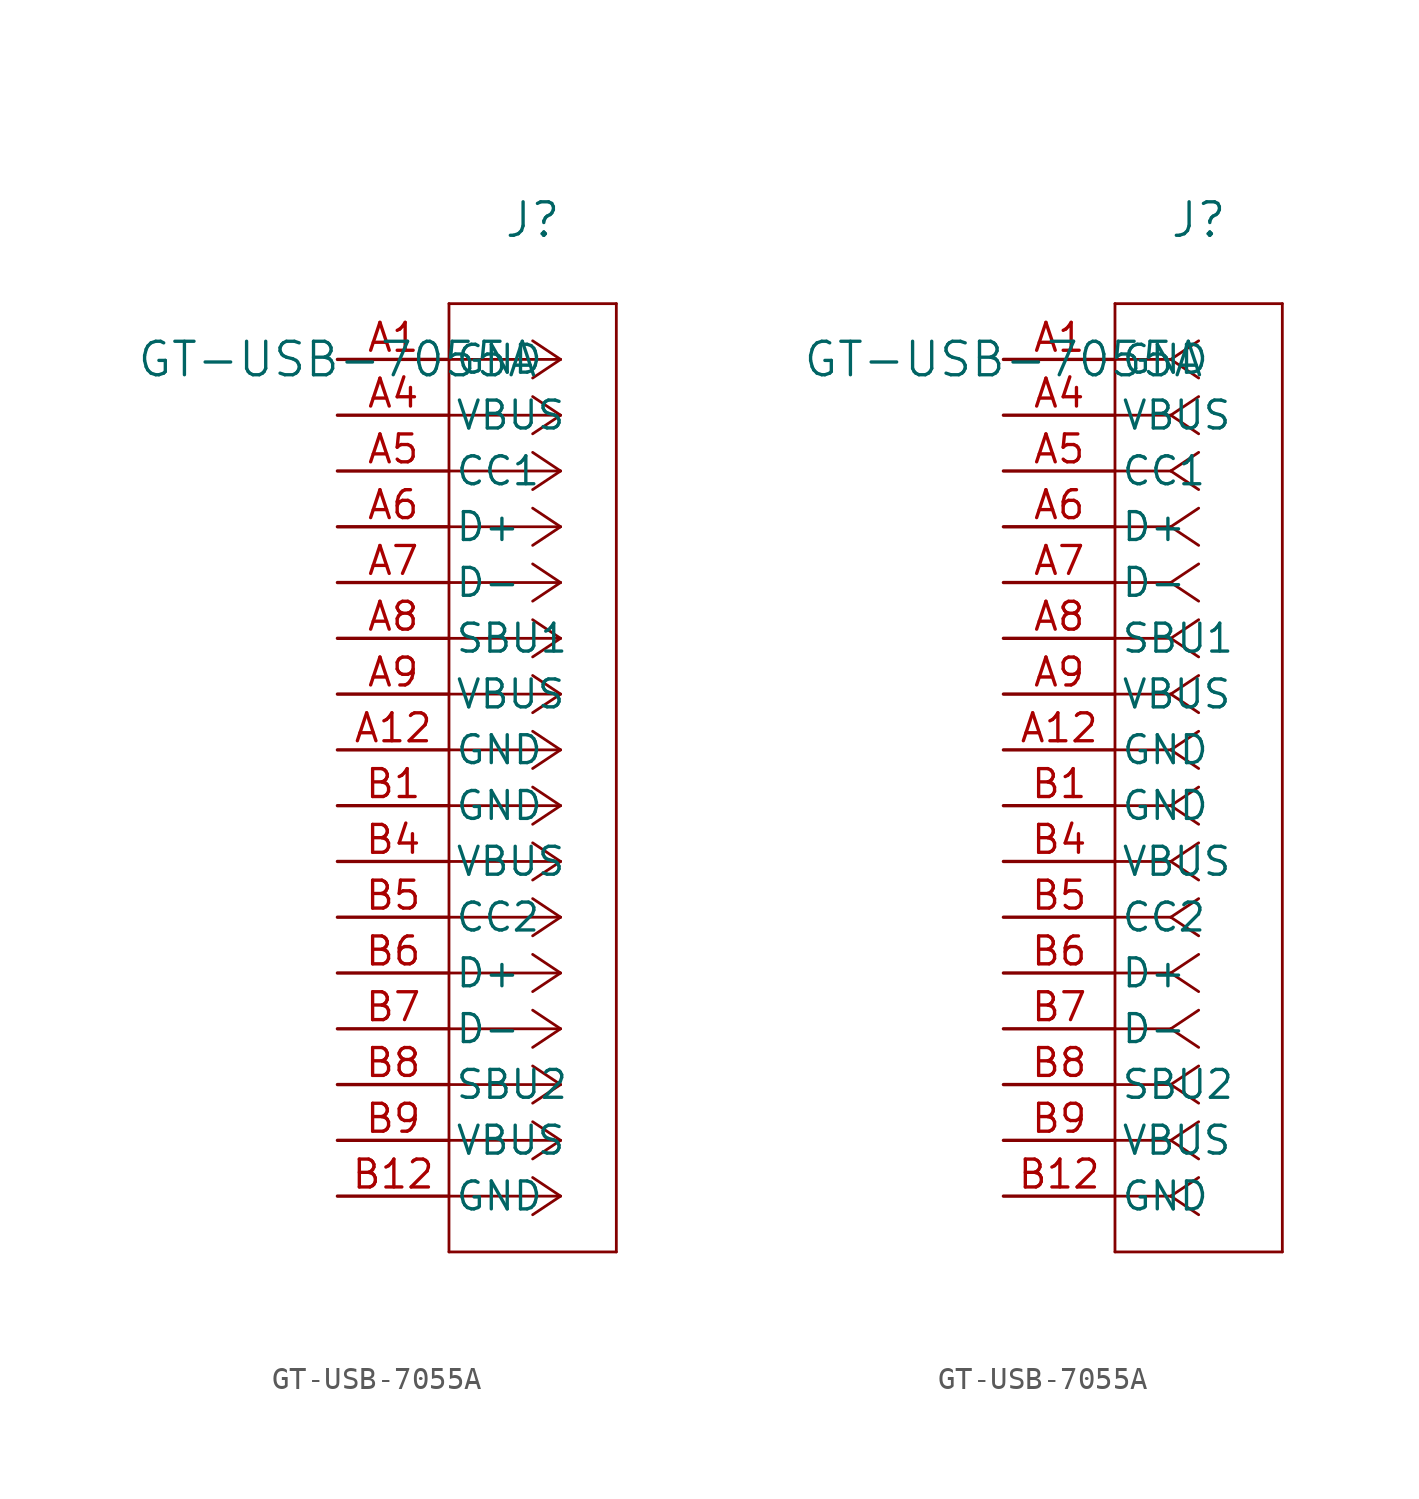
<source format=kicad_sym>
(kicad_symbol_lib
  (version 20211014)
  (generator kicad_symbol_editor)
  (symbol "GT-USB-7055A"
    (pin_names
      (offset 0.254))
    (property "Reference" "J"
      (at 8.89 6.35 0)
      (effects (font (size 1.524 1.524))))
    (property "Value" "GT-USB-7055A"
      (at 0 0 0)
      (effects (font (size 1.524 1.524))))
    (symbol "GT-USB-7055A_1_1"
      (polyline (pts (xy 10.16 0) (xy 5.08 0)) (stroke (width 0.127) (type default) (color 0 0 0 0)) (fill (type none)))
      (polyline (pts (xy 10.16 -2.54) (xy 5.08 -2.54)) (stroke (width 0.127) (type default) (color 0 0 0 0)) (fill (type none)))
      (polyline (pts (xy 10.16 -5.08) (xy 5.08 -5.08)) (stroke (width 0.127) (type default) (color 0 0 0 0)) (fill (type none)))
      (polyline (pts (xy 10.16 -7.62) (xy 5.08 -7.62)) (stroke (width 0.127) (type default) (color 0 0 0 0)) (fill (type none)))
      (polyline (pts (xy 10.16 -10.16) (xy 5.08 -10.16)) (stroke (width 0.127) (type default) (color 0 0 0 0)) (fill (type none)))
      (polyline (pts (xy 10.16 -12.7) (xy 5.08 -12.7)) (stroke (width 0.127) (type default) (color 0 0 0 0)) (fill (type none)))
      (polyline (pts (xy 10.16 -15.24) (xy 5.08 -15.24)) (stroke (width 0.127) (type default) (color 0 0 0 0)) (fill (type none)))
      (polyline (pts (xy 10.16 -17.78) (xy 5.08 -17.78)) (stroke (width 0.127) (type default) (color 0 0 0 0)) (fill (type none)))
      (polyline (pts (xy 10.16 -20.32) (xy 5.08 -20.32)) (stroke (width 0.127) (type default) (color 0 0 0 0)) (fill (type none)))
      (polyline (pts (xy 10.16 -22.86) (xy 5.08 -22.86)) (stroke (width 0.127) (type default) (color 0 0 0 0)) (fill (type none)))
      (polyline (pts (xy 10.16 -25.4) (xy 5.08 -25.4)) (stroke (width 0.127) (type default) (color 0 0 0 0)) (fill (type none)))
      (polyline (pts (xy 10.16 -27.94) (xy 5.08 -27.94)) (stroke (width 0.127) (type default) (color 0 0 0 0)) (fill (type none)))
      (polyline (pts (xy 10.16 -30.48) (xy 5.08 -30.48)) (stroke (width 0.127) (type default) (color 0 0 0 0)) (fill (type none)))
      (polyline (pts (xy 10.16 -33.02) (xy 5.08 -33.02)) (stroke (width 0.127) (type default) (color 0 0 0 0)) (fill (type none)))
      (polyline (pts (xy 10.16 -35.56) (xy 5.08 -35.56)) (stroke (width 0.127) (type default) (color 0 0 0 0)) (fill (type none)))
      (polyline (pts (xy 10.16 -38.1) (xy 5.08 -38.1)) (stroke (width 0.127) (type default) (color 0 0 0 0)) (fill (type none)))
      (polyline (pts (xy 10.16 0) (xy 8.89 0.847)) (stroke (width 0.127) (type default) (color 0 0 0 0)) (fill (type none)))
      (polyline (pts (xy 10.16 -2.54) (xy 8.89 -1.693)) (stroke (width 0.127) (type default) (color 0 0 0 0)) (fill (type none)))
      (polyline (pts (xy 10.16 -5.08) (xy 8.89 -4.233)) (stroke (width 0.127) (type default) (color 0 0 0 0)) (fill (type none)))
      (polyline (pts (xy 10.16 -7.62) (xy 8.89 -6.773)) (stroke (width 0.127) (type default) (color 0 0 0 0)) (fill (type none)))
      (polyline (pts (xy 10.16 -10.16) (xy 8.89 -9.313)) (stroke (width 0.127) (type default) (color 0 0 0 0)) (fill (type none)))
      (polyline (pts (xy 10.16 -12.7) (xy 8.89 -11.853)) (stroke (width 0.127) (type default) (color 0 0 0 0)) (fill (type none)))
      (polyline (pts (xy 10.16 -15.24) (xy 8.89 -14.393)) (stroke (width 0.127) (type default) (color 0 0 0 0)) (fill (type none)))
      (polyline (pts (xy 10.16 -17.78) (xy 8.89 -16.933)) (stroke (width 0.127) (type default) (color 0 0 0 0)) (fill (type none)))
      (polyline (pts (xy 10.16 -20.32) (xy 8.89 -19.473)) (stroke (width 0.127) (type default) (color 0 0 0 0)) (fill (type none)))
      (polyline (pts (xy 10.16 -22.86) (xy 8.89 -22.013)) (stroke (width 0.127) (type default) (color 0 0 0 0)) (fill (type none)))
      (polyline (pts (xy 10.16 -25.4) (xy 8.89 -24.553)) (stroke (width 0.127) (type default) (color 0 0 0 0)) (fill (type none)))
      (polyline (pts (xy 10.16 -27.94) (xy 8.89 -27.093)) (stroke (width 0.127) (type default) (color 0 0 0 0)) (fill (type none)))
      (polyline (pts (xy 10.16 -30.48) (xy 8.89 -29.633)) (stroke (width 0.127) (type default) (color 0 0 0 0)) (fill (type none)))
      (polyline (pts (xy 10.16 -33.02) (xy 8.89 -32.173)) (stroke (width 0.127) (type default) (color 0 0 0 0)) (fill (type none)))
      (polyline (pts (xy 10.16 -35.56) (xy 8.89 -34.713)) (stroke (width 0.127) (type default) (color 0 0 0 0)) (fill (type none)))
      (polyline (pts (xy 10.16 -38.1) (xy 8.89 -37.253)) (stroke (width 0.127) (type default) (color 0 0 0 0)) (fill (type none)))
      (polyline (pts (xy 10.16 0) (xy 8.89 -0.847)) (stroke (width 0.127) (type default) (color 0 0 0 0)) (fill (type none)))
      (polyline (pts (xy 10.16 -2.54) (xy 8.89 -3.387)) (stroke (width 0.127) (type default) (color 0 0 0 0)) (fill (type none)))
      (polyline (pts (xy 10.16 -5.08) (xy 8.89 -5.927)) (stroke (width 0.127) (type default) (color 0 0 0 0)) (fill (type none)))
      (polyline (pts (xy 10.16 -7.62) (xy 8.89 -8.467)) (stroke (width 0.127) (type default) (color 0 0 0 0)) (fill (type none)))
      (polyline (pts (xy 10.16 -10.16) (xy 8.89 -11.007)) (stroke (width 0.127) (type default) (color 0 0 0 0)) (fill (type none)))
      (polyline (pts (xy 10.16 -12.7) (xy 8.89 -13.547)) (stroke (width 0.127) (type default) (color 0 0 0 0)) (fill (type none)))
      (polyline (pts (xy 10.16 -15.24) (xy 8.89 -16.087)) (stroke (width 0.127) (type default) (color 0 0 0 0)) (fill (type none)))
      (polyline (pts (xy 10.16 -17.78) (xy 8.89 -18.627)) (stroke (width 0.127) (type default) (color 0 0 0 0)) (fill (type none)))
      (polyline (pts (xy 10.16 -20.32) (xy 8.89 -21.167)) (stroke (width 0.127) (type default) (color 0 0 0 0)) (fill (type none)))
      (polyline (pts (xy 10.16 -22.86) (xy 8.89 -23.707)) (stroke (width 0.127) (type default) (color 0 0 0 0)) (fill (type none)))
      (polyline (pts (xy 10.16 -25.4) (xy 8.89 -26.247)) (stroke (width 0.127) (type default) (color 0 0 0 0)) (fill (type none)))
      (polyline (pts (xy 10.16 -27.94) (xy 8.89 -28.787)) (stroke (width 0.127) (type default) (color 0 0 0 0)) (fill (type none)))
      (polyline (pts (xy 10.16 -30.48) (xy 8.89 -31.327)) (stroke (width 0.127) (type default) (color 0 0 0 0)) (fill (type none)))
      (polyline (pts (xy 10.16 -33.02) (xy 8.89 -33.867)) (stroke (width 0.127) (type default) (color 0 0 0 0)) (fill (type none)))
      (polyline (pts (xy 10.16 -35.56) (xy 8.89 -36.407)) (stroke (width 0.127) (type default) (color 0 0 0 0)) (fill (type none)))
      (polyline (pts (xy 10.16 -38.1) (xy 8.89 -38.947)) (stroke (width 0.127) (type default) (color 0 0 0 0)) (fill (type none)))
      (polyline (pts (xy 5.08 2.54) (xy 5.08 -40.64)) (stroke (width 0.127) (type default) (color 0 0 0 0)) (fill (type none)))
      (polyline (pts (xy 5.08 -40.64) (xy 12.7 -40.64)) (stroke (width 0.127) (type default) (color 0 0 0 0)) (fill (type none)))
      (polyline (pts (xy 12.7 -40.64) (xy 12.7 2.54)) (stroke (width 0.127) (type default) (color 0 0 0 0)) (fill (type none)))
      (polyline (pts (xy 12.7 2.54) (xy 5.08 2.54)) (stroke (width 0.127) (type default) (color 0 0 0 0)) (fill (type none)))
      (pin power_out line (at 0 0 0) (length 5.08) (name "GND" (effects (font (size 1.27 1.27)))) (number "A1" (effects (font (size 1.27 1.27)))))
      (pin unspecified line (at 0 -2.54 0) (length 5.08) (name "VBUS" (effects (font (size 1.27 1.27)))) (number "A4" (effects (font (size 1.27 1.27)))))
      (pin unspecified line (at 0 -5.08 0) (length 5.08) (name "CC1" (effects (font (size 1.27 1.27)))) (number "A5" (effects (font (size 1.27 1.27)))))
      (pin unspecified line (at 0 -7.62 0) (length 5.08) (name "D+" (effects (font (size 1.27 1.27)))) (number "A6" (effects (font (size 1.27 1.27)))))
      (pin unspecified line (at 0 -10.16 0) (length 5.08) (name "D-" (effects (font (size 1.27 1.27)))) (number "A7" (effects (font (size 1.27 1.27)))))
      (pin unspecified line (at 0 -12.7 0) (length 5.08) (name "SBU1" (effects (font (size 1.27 1.27)))) (number "A8" (effects (font (size 1.27 1.27)))))
      (pin unspecified line (at 0 -15.24 0) (length 5.08) (name "VBUS" (effects (font (size 1.27 1.27)))) (number "A9" (effects (font (size 1.27 1.27)))))
      (pin power_out line (at 0 -17.78 0) (length 5.08) (name "GND" (effects (font (size 1.27 1.27)))) (number "A12" (effects (font (size 1.27 1.27)))))
      (pin power_out line (at 0 -20.32 0) (length 5.08) (name "GND" (effects (font (size 1.27 1.27)))) (number "B1" (effects (font (size 1.27 1.27)))))
      (pin unspecified line (at 0 -22.86 0) (length 5.08) (name "VBUS" (effects (font (size 1.27 1.27)))) (number "B4" (effects (font (size 1.27 1.27)))))
      (pin unspecified line (at 0 -25.4 0) (length 5.08) (name "CC2" (effects (font (size 1.27 1.27)))) (number "B5" (effects (font (size 1.27 1.27)))))
      (pin unspecified line (at 0 -27.94 0) (length 5.08) (name "D+" (effects (font (size 1.27 1.27)))) (number "B6" (effects (font (size 1.27 1.27)))))
      (pin unspecified line (at 0 -30.48 0) (length 5.08) (name "D-" (effects (font (size 1.27 1.27)))) (number "B7" (effects (font (size 1.27 1.27)))))
      (pin unspecified line (at 0 -33.02 0) (length 5.08) (name "SBU2" (effects (font (size 1.27 1.27)))) (number "B8" (effects (font (size 1.27 1.27)))))
      (pin unspecified line (at 0 -35.56 0) (length 5.08) (name "VBUS" (effects (font (size 1.27 1.27)))) (number "B9" (effects (font (size 1.27 1.27)))))
      (pin power_out line (at 0 -38.1 0) (length 5.08) (name "GND" (effects (font (size 1.27 1.27)))) (number "B12" (effects (font (size 1.27 1.27))))))
    (symbol "GT-USB-7055A_1_2"
      (polyline (pts (xy 7.62 0) (xy 5.08 0)) (stroke (width 0.127) (type default) (color 0 0 0 0)) (fill (type none)))
      (polyline (pts (xy 7.62 -2.54) (xy 5.08 -2.54)) (stroke (width 0.127) (type default) (color 0 0 0 0)) (fill (type none)))
      (polyline (pts (xy 7.62 -5.08) (xy 5.08 -5.08)) (stroke (width 0.127) (type default) (color 0 0 0 0)) (fill (type none)))
      (polyline (pts (xy 7.62 -7.62) (xy 5.08 -7.62)) (stroke (width 0.127) (type default) (color 0 0 0 0)) (fill (type none)))
      (polyline (pts (xy 7.62 -10.16) (xy 5.08 -10.16)) (stroke (width 0.127) (type default) (color 0 0 0 0)) (fill (type none)))
      (polyline (pts (xy 7.62 -12.7) (xy 5.08 -12.7)) (stroke (width 0.127) (type default) (color 0 0 0 0)) (fill (type none)))
      (polyline (pts (xy 7.62 -15.24) (xy 5.08 -15.24)) (stroke (width 0.127) (type default) (color 0 0 0 0)) (fill (type none)))
      (polyline (pts (xy 7.62 -17.78) (xy 5.08 -17.78)) (stroke (width 0.127) (type default) (color 0 0 0 0)) (fill (type none)))
      (polyline (pts (xy 7.62 -20.32) (xy 5.08 -20.32)) (stroke (width 0.127) (type default) (color 0 0 0 0)) (fill (type none)))
      (polyline (pts (xy 7.62 -22.86) (xy 5.08 -22.86)) (stroke (width 0.127) (type default) (color 0 0 0 0)) (fill (type none)))
      (polyline (pts (xy 7.62 -25.4) (xy 5.08 -25.4)) (stroke (width 0.127) (type default) (color 0 0 0 0)) (fill (type none)))
      (polyline (pts (xy 7.62 -27.94) (xy 5.08 -27.94)) (stroke (width 0.127) (type default) (color 0 0 0 0)) (fill (type none)))
      (polyline (pts (xy 7.62 -30.48) (xy 5.08 -30.48)) (stroke (width 0.127) (type default) (color 0 0 0 0)) (fill (type none)))
      (polyline (pts (xy 7.62 -33.02) (xy 5.08 -33.02)) (stroke (width 0.127) (type default) (color 0 0 0 0)) (fill (type none)))
      (polyline (pts (xy 7.62 -35.56) (xy 5.08 -35.56)) (stroke (width 0.127) (type default) (color 0 0 0 0)) (fill (type none)))
      (polyline (pts (xy 7.62 -38.1) (xy 5.08 -38.1)) (stroke (width 0.127) (type default) (color 0 0 0 0)) (fill (type none)))
      (polyline (pts (xy 7.62 0) (xy 8.89 0.847)) (stroke (width 0.127) (type default) (color 0 0 0 0)) (fill (type none)))
      (polyline (pts (xy 7.62 -2.54) (xy 8.89 -1.693)) (stroke (width 0.127) (type default) (color 0 0 0 0)) (fill (type none)))
      (polyline (pts (xy 7.62 -5.08) (xy 8.89 -4.233)) (stroke (width 0.127) (type default) (color 0 0 0 0)) (fill (type none)))
      (polyline (pts (xy 7.62 -7.62) (xy 8.89 -6.773)) (stroke (width 0.127) (type default) (color 0 0 0 0)) (fill (type none)))
      (polyline (pts (xy 7.62 -10.16) (xy 8.89 -9.313)) (stroke (width 0.127) (type default) (color 0 0 0 0)) (fill (type none)))
      (polyline (pts (xy 7.62 -12.7) (xy 8.89 -11.853)) (stroke (width 0.127) (type default) (color 0 0 0 0)) (fill (type none)))
      (polyline (pts (xy 7.62 -15.24) (xy 8.89 -14.393)) (stroke (width 0.127) (type default) (color 0 0 0 0)) (fill (type none)))
      (polyline (pts (xy 7.62 -17.78) (xy 8.89 -16.933)) (stroke (width 0.127) (type default) (color 0 0 0 0)) (fill (type none)))
      (polyline (pts (xy 7.62 -20.32) (xy 8.89 -19.473)) (stroke (width 0.127) (type default) (color 0 0 0 0)) (fill (type none)))
      (polyline (pts (xy 7.62 -22.86) (xy 8.89 -22.013)) (stroke (width 0.127) (type default) (color 0 0 0 0)) (fill (type none)))
      (polyline (pts (xy 7.62 -25.4) (xy 8.89 -24.553)) (stroke (width 0.127) (type default) (color 0 0 0 0)) (fill (type none)))
      (polyline (pts (xy 7.62 -27.94) (xy 8.89 -27.093)) (stroke (width 0.127) (type default) (color 0 0 0 0)) (fill (type none)))
      (polyline (pts (xy 7.62 -30.48) (xy 8.89 -29.633)) (stroke (width 0.127) (type default) (color 0 0 0 0)) (fill (type none)))
      (polyline (pts (xy 7.62 -33.02) (xy 8.89 -32.173)) (stroke (width 0.127) (type default) (color 0 0 0 0)) (fill (type none)))
      (polyline (pts (xy 7.62 -35.56) (xy 8.89 -34.713)) (stroke (width 0.127) (type default) (color 0 0 0 0)) (fill (type none)))
      (polyline (pts (xy 7.62 -38.1) (xy 8.89 -37.253)) (stroke (width 0.127) (type default) (color 0 0 0 0)) (fill (type none)))
      (polyline (pts (xy 7.62 0) (xy 8.89 -0.847)) (stroke (width 0.127) (type default) (color 0 0 0 0)) (fill (type none)))
      (polyline (pts (xy 7.62 -2.54) (xy 8.89 -3.387)) (stroke (width 0.127) (type default) (color 0 0 0 0)) (fill (type none)))
      (polyline (pts (xy 7.62 -5.08) (xy 8.89 -5.927)) (stroke (width 0.127) (type default) (color 0 0 0 0)) (fill (type none)))
      (polyline (pts (xy 7.62 -7.62) (xy 8.89 -8.467)) (stroke (width 0.127) (type default) (color 0 0 0 0)) (fill (type none)))
      (polyline (pts (xy 7.62 -10.16) (xy 8.89 -11.007)) (stroke (width 0.127) (type default) (color 0 0 0 0)) (fill (type none)))
      (polyline (pts (xy 7.62 -12.7) (xy 8.89 -13.547)) (stroke (width 0.127) (type default) (color 0 0 0 0)) (fill (type none)))
      (polyline (pts (xy 7.62 -15.24) (xy 8.89 -16.087)) (stroke (width 0.127) (type default) (color 0 0 0 0)) (fill (type none)))
      (polyline (pts (xy 7.62 -17.78) (xy 8.89 -18.627)) (stroke (width 0.127) (type default) (color 0 0 0 0)) (fill (type none)))
      (polyline (pts (xy 7.62 -20.32) (xy 8.89 -21.167)) (stroke (width 0.127) (type default) (color 0 0 0 0)) (fill (type none)))
      (polyline (pts (xy 7.62 -22.86) (xy 8.89 -23.707)) (stroke (width 0.127) (type default) (color 0 0 0 0)) (fill (type none)))
      (polyline (pts (xy 7.62 -25.4) (xy 8.89 -26.247)) (stroke (width 0.127) (type default) (color 0 0 0 0)) (fill (type none)))
      (polyline (pts (xy 7.62 -27.94) (xy 8.89 -28.787)) (stroke (width 0.127) (type default) (color 0 0 0 0)) (fill (type none)))
      (polyline (pts (xy 7.62 -30.48) (xy 8.89 -31.327)) (stroke (width 0.127) (type default) (color 0 0 0 0)) (fill (type none)))
      (polyline (pts (xy 7.62 -33.02) (xy 8.89 -33.867)) (stroke (width 0.127) (type default) (color 0 0 0 0)) (fill (type none)))
      (polyline (pts (xy 7.62 -35.56) (xy 8.89 -36.407)) (stroke (width 0.127) (type default) (color 0 0 0 0)) (fill (type none)))
      (polyline (pts (xy 7.62 -38.1) (xy 8.89 -38.947)) (stroke (width 0.127) (type default) (color 0 0 0 0)) (fill (type none)))
      (polyline (pts (xy 5.08 2.54) (xy 5.08 -40.64)) (stroke (width 0.127) (type default) (color 0 0 0 0)) (fill (type none)))
      (polyline (pts (xy 5.08 -40.64) (xy 12.7 -40.64)) (stroke (width 0.127) (type default) (color 0 0 0 0)) (fill (type none)))
      (polyline (pts (xy 12.7 -40.64) (xy 12.7 2.54)) (stroke (width 0.127) (type default) (color 0 0 0 0)) (fill (type none)))
      (polyline (pts (xy 12.7 2.54) (xy 5.08 2.54)) (stroke (width 0.127) (type default) (color 0 0 0 0)) (fill (type none)))
      (pin power_out line (at 0 0 0) (length 5.08) (name "GND" (effects (font (size 1.27 1.27)))) (number "A1" (effects (font (size 1.27 1.27)))))
      (pin unspecified line (at 0 -2.54 0) (length 5.08) (name "VBUS" (effects (font (size 1.27 1.27)))) (number "A4" (effects (font (size 1.27 1.27)))))
      (pin unspecified line (at 0 -5.08 0) (length 5.08) (name "CC1" (effects (font (size 1.27 1.27)))) (number "A5" (effects (font (size 1.27 1.27)))))
      (pin unspecified line (at 0 -7.62 0) (length 5.08) (name "D+" (effects (font (size 1.27 1.27)))) (number "A6" (effects (font (size 1.27 1.27)))))
      (pin unspecified line (at 0 -10.16 0) (length 5.08) (name "D-" (effects (font (size 1.27 1.27)))) (number "A7" (effects (font (size 1.27 1.27)))))
      (pin unspecified line (at 0 -12.7 0) (length 5.08) (name "SBU1" (effects (font (size 1.27 1.27)))) (number "A8" (effects (font (size 1.27 1.27)))))
      (pin unspecified line (at 0 -15.24 0) (length 5.08) (name "VBUS" (effects (font (size 1.27 1.27)))) (number "A9" (effects (font (size 1.27 1.27)))))
      (pin power_out line (at 0 -17.78 0) (length 5.08) (name "GND" (effects (font (size 1.27 1.27)))) (number "A12" (effects (font (size 1.27 1.27)))))
      (pin power_out line (at 0 -20.32 0) (length 5.08) (name "GND" (effects (font (size 1.27 1.27)))) (number "B1" (effects (font (size 1.27 1.27)))))
      (pin unspecified line (at 0 -22.86 0) (length 5.08) (name "VBUS" (effects (font (size 1.27 1.27)))) (number "B4" (effects (font (size 1.27 1.27)))))
      (pin unspecified line (at 0 -25.4 0) (length 5.08) (name "CC2" (effects (font (size 1.27 1.27)))) (number "B5" (effects (font (size 1.27 1.27)))))
      (pin unspecified line (at 0 -27.94 0) (length 5.08) (name "D+" (effects (font (size 1.27 1.27)))) (number "B6" (effects (font (size 1.27 1.27)))))
      (pin unspecified line (at 0 -30.48 0) (length 5.08) (name "D-" (effects (font (size 1.27 1.27)))) (number "B7" (effects (font (size 1.27 1.27)))))
      (pin unspecified line (at 0 -33.02 0) (length 5.08) (name "SBU2" (effects (font (size 1.27 1.27)))) (number "B8" (effects (font (size 1.27 1.27)))))
      (pin unspecified line (at 0 -35.56 0) (length 5.08) (name "VBUS" (effects (font (size 1.27 1.27)))) (number "B9" (effects (font (size 1.27 1.27)))))
      (pin power_out line (at 0 -38.1 0) (length 5.08) (name "GND" (effects (font (size 1.27 1.27)))) (number "B12" (effects (font (size 1.27 1.27))))))))
</source>
